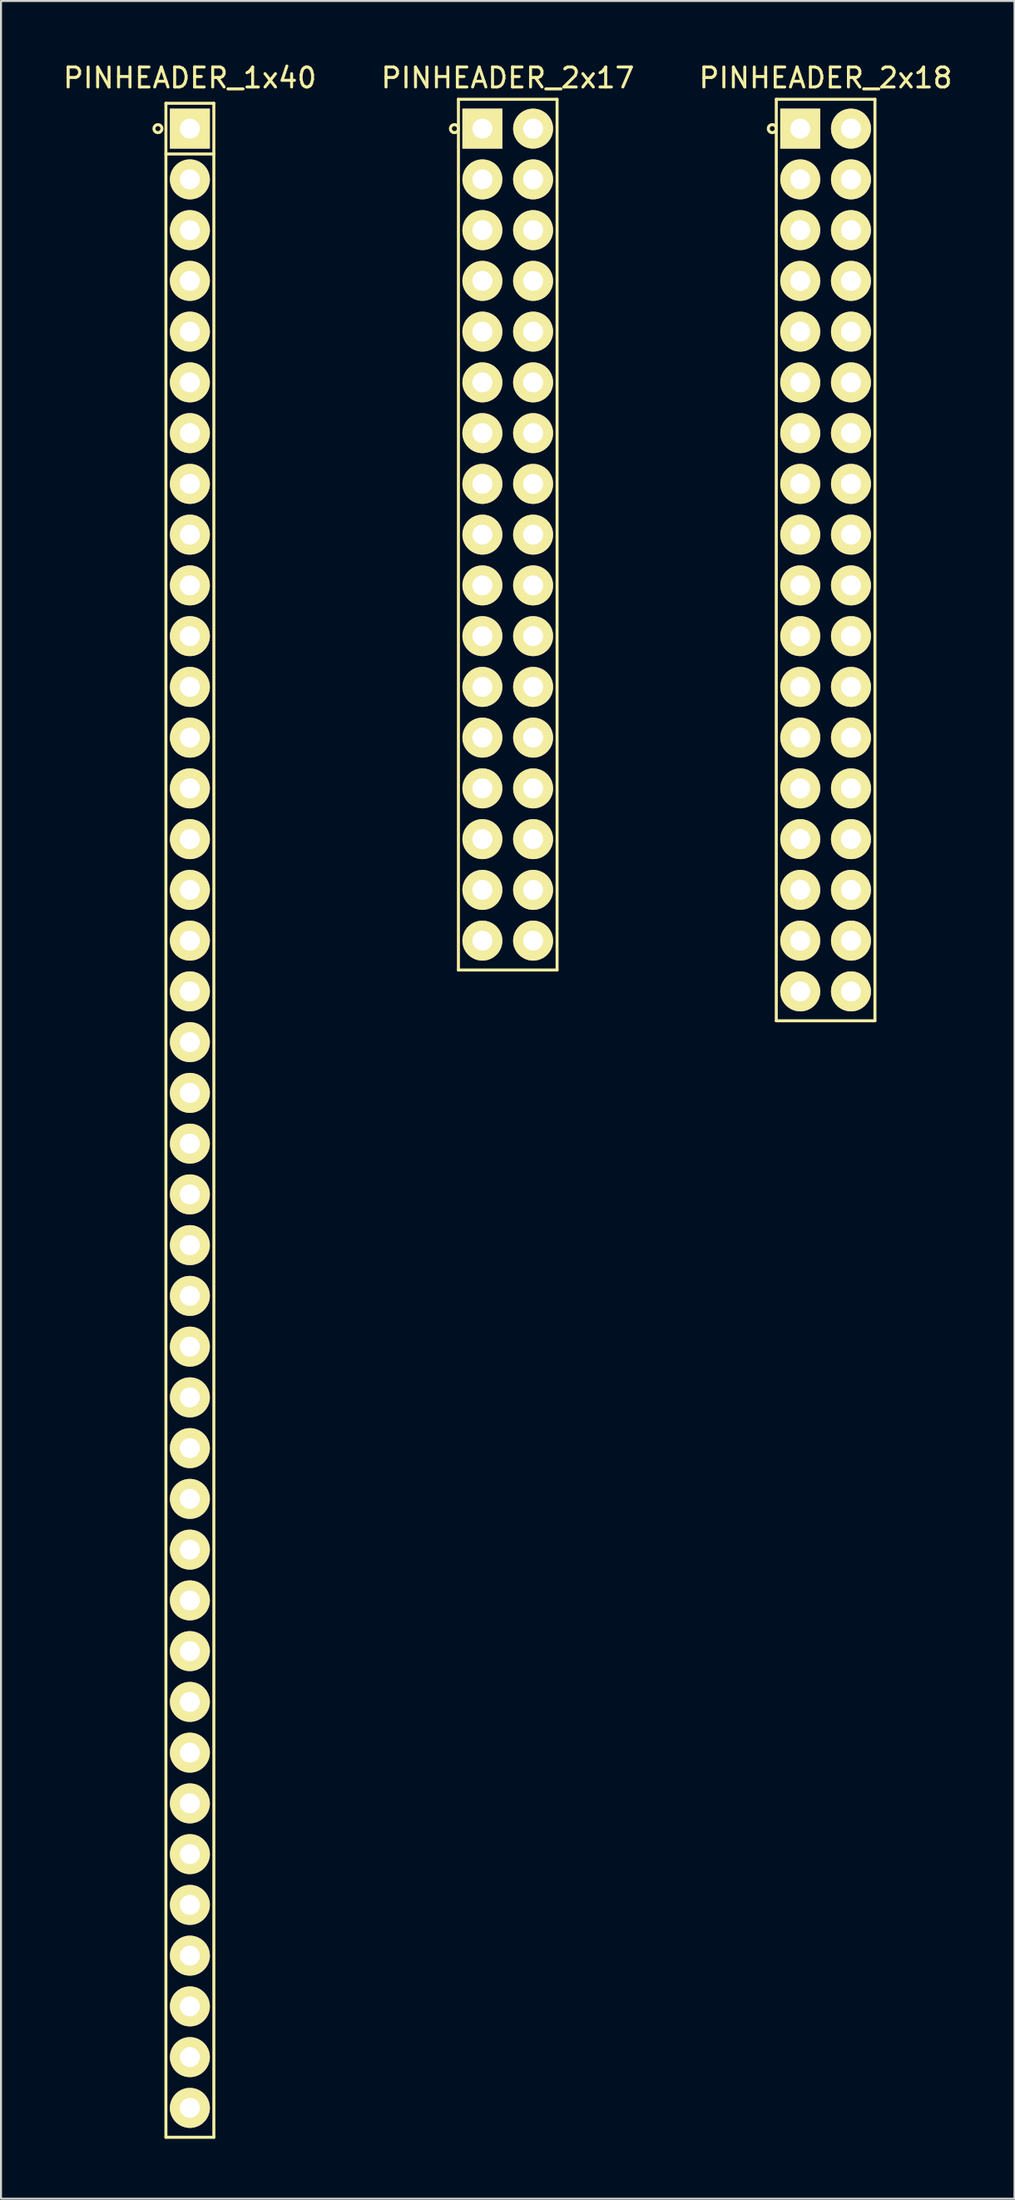
<source format=kicad_pcb>
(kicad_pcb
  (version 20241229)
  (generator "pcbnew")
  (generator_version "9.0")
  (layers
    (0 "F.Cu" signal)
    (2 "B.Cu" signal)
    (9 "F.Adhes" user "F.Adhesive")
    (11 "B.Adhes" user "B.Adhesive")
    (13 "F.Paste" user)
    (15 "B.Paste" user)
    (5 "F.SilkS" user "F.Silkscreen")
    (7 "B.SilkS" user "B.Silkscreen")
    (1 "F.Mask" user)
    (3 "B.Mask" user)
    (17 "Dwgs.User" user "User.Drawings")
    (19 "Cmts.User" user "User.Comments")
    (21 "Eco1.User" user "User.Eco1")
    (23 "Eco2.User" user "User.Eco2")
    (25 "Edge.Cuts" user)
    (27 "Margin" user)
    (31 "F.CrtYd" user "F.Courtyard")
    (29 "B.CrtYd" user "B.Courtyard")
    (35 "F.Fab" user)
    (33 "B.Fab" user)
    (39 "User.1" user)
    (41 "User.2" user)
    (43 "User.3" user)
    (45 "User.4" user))
  (footprint "PINHEADER_1x40"
    (layer "F.Cu")
    (at 6.458 3.388)
    (property "Reference" "PINHEADER_1x40" (at 0 -2.54 0) (layer "F.SilkS") (effects (font (size 1 1) (thickness 0.15))))
    (attr through_hole)
    (fp_line (start -1.2 -1.27) (end 1.2 -1.27) (stroke (width 0.15) (type solid)) (layer "F.SilkS"))
    (fp_line (start -1.2 1.27) (end 1.2 1.27) (stroke (width 0.15) (type solid)) (layer "F.SilkS"))
    (fp_line (start -1.2 100.53) (end -1.2 -1.27) (stroke (width 0.15) (type solid)) (layer "F.SilkS"))
    (fp_line (start 1.2 -1.27) (end 1.2 100.53) (stroke (width 0.15) (type solid)) (layer "F.SilkS"))
    (fp_line (start 1.2 100.53) (end -1.2 100.53) (stroke (width 0.15) (type solid)) (layer "F.SilkS"))
    (fp_circle (center -1.6 0) (end -1.6 0.2) (stroke (width 0.15) (type solid)) (fill no) (layer "F.SilkS"))
    (pad "1" thru_hole rect (at 0 0) (size 2 2) (drill 1) (layers "*.Cu" "*.Mask" "F.SilkS"))
    (pad "2" thru_hole circle (at 0 2.54) (size 2 2) (drill 1) (layers "*.Cu" "*.Mask" "F.SilkS"))
    (pad "3" thru_hole circle (at 0 5.08) (size 2 2) (drill 1) (layers "*.Cu" "*.Mask" "F.SilkS"))
    (pad "4" thru_hole circle (at 0 7.62) (size 2 2) (drill 1) (layers "*.Cu" "*.Mask" "F.SilkS"))
    (pad "5" thru_hole circle (at 0 10.16) (size 2 2) (drill 1) (layers "*.Cu" "*.Mask" "F.SilkS"))
    (pad "6" thru_hole circle (at 0 12.7) (size 2 2) (drill 1) (layers "*.Cu" "*.Mask" "F.SilkS"))
    (pad "7" thru_hole circle (at 0 15.24) (size 2 2) (drill 1) (layers "*.Cu" "*.Mask" "F.SilkS"))
    (pad "8" thru_hole circle (at 0 17.78) (size 2 2) (drill 1) (layers "*.Cu" "*.Mask" "F.SilkS"))
    (pad "9" thru_hole circle (at 0 20.32) (size 2 2) (drill 1) (layers "*.Cu" "*.Mask" "F.SilkS"))
    (pad "10" thru_hole circle (at 0 22.86) (size 2 2) (drill 1) (layers "*.Cu" "*.Mask" "F.SilkS"))
    (pad "11" thru_hole circle (at 0 25.4) (size 2 2) (drill 1) (layers "*.Cu" "*.Mask" "F.SilkS"))
    (pad "12" thru_hole circle (at 0 27.94) (size 2 2) (drill 1) (layers "*.Cu" "*.Mask" "F.SilkS"))
    (pad "13" thru_hole circle (at 0 30.48) (size 2 2) (drill 1) (layers "*.Cu" "*.Mask" "F.SilkS"))
    (pad "14" thru_hole circle (at 0 33.02) (size 2 2) (drill 1) (layers "*.Cu" "*.Mask" "F.SilkS"))
    (pad "15" thru_hole circle (at 0 35.56) (size 2 2) (drill 1) (layers "*.Cu" "*.Mask" "F.SilkS"))
    (pad "16" thru_hole circle (at 0 38.1) (size 2 2) (drill 1) (layers "*.Cu" "*.Mask" "F.SilkS"))
    (pad "17" thru_hole circle (at 0 40.64) (size 2 2) (drill 1) (layers "*.Cu" "*.Mask" "F.SilkS"))
    (pad "18" thru_hole circle (at 0 43.18) (size 2 2) (drill 1) (layers "*.Cu" "*.Mask" "F.SilkS"))
    (pad "19" thru_hole circle (at 0 45.72) (size 2 2) (drill 1) (layers "*.Cu" "*.Mask" "F.SilkS"))
    (pad "20" thru_hole circle (at 0 48.26) (size 2 2) (drill 1) (layers "*.Cu" "*.Mask" "F.SilkS"))
    (pad "21" thru_hole circle (at 0 50.8) (size 2 2) (drill 1) (layers "*.Cu" "*.Mask" "F.SilkS"))
    (pad "22" thru_hole circle (at 0 53.34) (size 2 2) (drill 1) (layers "*.Cu" "*.Mask" "F.SilkS"))
    (pad "23" thru_hole circle (at 0 55.88) (size 2 2) (drill 1) (layers "*.Cu" "*.Mask" "F.SilkS"))
    (pad "24" thru_hole circle (at 0 58.42) (size 2 2) (drill 1) (layers "*.Cu" "*.Mask" "F.SilkS"))
    (pad "25" thru_hole circle (at 0 60.96) (size 2 2) (drill 1) (layers "*.Cu" "*.Mask" "F.SilkS"))
    (pad "26" thru_hole circle (at 0 63.5) (size 2 2) (drill 1) (layers "*.Cu" "*.Mask" "F.SilkS"))
    (pad "27" thru_hole circle (at 0 66.04) (size 2 2) (drill 1) (layers "*.Cu" "*.Mask" "F.SilkS"))
    (pad "28" thru_hole circle (at 0 68.58) (size 2 2) (drill 1) (layers "*.Cu" "*.Mask" "F.SilkS"))
    (pad "29" thru_hole circle (at 0 71.12) (size 2 2) (drill 1) (layers "*.Cu" "*.Mask" "F.SilkS"))
    (pad "30" thru_hole circle (at 0 73.66) (size 2 2) (drill 1) (layers "*.Cu" "*.Mask" "F.SilkS"))
    (pad "31" thru_hole circle (at 0 76.2) (size 2 2) (drill 1) (layers "*.Cu" "*.Mask" "F.SilkS"))
    (pad "32" thru_hole circle (at 0 78.74) (size 2 2) (drill 1) (layers "*.Cu" "*.Mask" "F.SilkS"))
    (pad "33" thru_hole circle (at 0 81.28) (size 2 2) (drill 1) (layers "*.Cu" "*.Mask" "F.SilkS"))
    (pad "34" thru_hole circle (at 0 83.82) (size 2 2) (drill 1) (layers "*.Cu" "*.Mask" "F.SilkS"))
    (pad "35" thru_hole circle (at 0 86.36) (size 2 2) (drill 1) (layers "*.Cu" "*.Mask" "F.SilkS"))
    (pad "36" thru_hole circle (at 0 88.9) (size 2 2) (drill 1) (layers "*.Cu" "*.Mask" "F.SilkS"))
    (pad "37" thru_hole circle (at 0 91.44) (size 2 2) (drill 1) (layers "*.Cu" "*.Mask" "F.SilkS"))
    (pad "38" thru_hole circle (at 0 93.98) (size 2 2) (drill 1) (layers "*.Cu" "*.Mask" "F.SilkS"))
    (pad "39" thru_hole circle (at 0 96.52) (size 2 2) (drill 1) (layers "*.Cu" "*.Mask" "F.SilkS"))
    (pad "40" thru_hole circle (at 0 99.06) (size 2 2) (drill 1) (layers "*.Cu" "*.Mask" "F.SilkS")))
  (footprint "PINHEADER_2x18"
    (layer "F.Cu")
    (at 37.022 3.388)
    (property "Reference" "PINHEADER_2x18" (at 1.27 -2.54 0) (layer "F.SilkS") (effects (font (size 1 1) (thickness 0.15))))
    (attr through_hole)
    (fp_line (start -1.2 -1.47) (end 3.74 -1.47) (stroke (width 0.15) (type solid)) (layer "F.SilkS"))
    (fp_line (start -1.2 44.65) (end -1.2 -1.47) (stroke (width 0.15) (type solid)) (layer "F.SilkS"))
    (fp_line (start 3.74 -1.47) (end 3.74 44.65) (stroke (width 0.15) (type solid)) (layer "F.SilkS"))
    (fp_line (start 3.74 44.65) (end -1.2 44.65) (stroke (width 0.15) (type solid)) (layer "F.SilkS"))
    (fp_circle (center -1.4 0) (end -1.4 0.2) (stroke (width 0.15) (type solid)) (fill no) (layer "F.SilkS"))
    (pad "1" thru_hole rect (at 0 0) (size 2 2) (drill 1) (layers "*.Cu" "*.Mask" "F.SilkS"))
    (pad "2" thru_hole circle (at 0 2.54) (size 2 2) (drill 1) (layers "*.Cu" "*.Mask" "F.SilkS"))
    (pad "3" thru_hole circle (at 0 5.08) (size 2 2) (drill 1) (layers "*.Cu" "*.Mask" "F.SilkS"))
    (pad "4" thru_hole circle (at 0 7.62) (size 2 2) (drill 1) (layers "*.Cu" "*.Mask" "F.SilkS"))
    (pad "5" thru_hole circle (at 0 10.16) (size 2 2) (drill 1) (layers "*.Cu" "*.Mask" "F.SilkS"))
    (pad "6" thru_hole circle (at 0 12.7) (size 2 2) (drill 1) (layers "*.Cu" "*.Mask" "F.SilkS"))
    (pad "7" thru_hole circle (at 0 15.24) (size 2 2) (drill 1) (layers "*.Cu" "*.Mask" "F.SilkS"))
    (pad "8" thru_hole circle (at 0 17.78) (size 2 2) (drill 1) (layers "*.Cu" "*.Mask" "F.SilkS"))
    (pad "9" thru_hole circle (at 0 20.32) (size 2 2) (drill 1) (layers "*.Cu" "*.Mask" "F.SilkS"))
    (pad "10" thru_hole circle (at 0 22.86) (size 2 2) (drill 1) (layers "*.Cu" "*.Mask" "F.SilkS"))
    (pad "11" thru_hole circle (at 0 25.4) (size 2 2) (drill 1) (layers "*.Cu" "*.Mask" "F.SilkS"))
    (pad "12" thru_hole circle (at 0 27.94) (size 2 2) (drill 1) (layers "*.Cu" "*.Mask" "F.SilkS"))
    (pad "13" thru_hole circle (at 0 30.48) (size 2 2) (drill 1) (layers "*.Cu" "*.Mask" "F.SilkS"))
    (pad "14" thru_hole circle (at 0 33.02) (size 2 2) (drill 1) (layers "*.Cu" "*.Mask" "F.SilkS"))
    (pad "15" thru_hole circle (at 0 35.56) (size 2 2) (drill 1) (layers "*.Cu" "*.Mask" "F.SilkS"))
    (pad "16" thru_hole circle (at 0 38.1) (size 2 2) (drill 1) (layers "*.Cu" "*.Mask" "F.SilkS"))
    (pad "17" thru_hole circle (at 0 40.64) (size 2 2) (drill 1) (layers "*.Cu" "*.Mask" "F.SilkS"))
    (pad "18" thru_hole circle (at 0 43.18) (size 2 2) (drill 1) (layers "*.Cu" "*.Mask" "F.SilkS"))
    (pad "19" thru_hole circle (at 2.54 43.18) (size 2 2) (drill 1) (layers "*.Cu" "*.Mask" "F.SilkS"))
    (pad "20" thru_hole circle (at 2.54 40.64) (size 2 2) (drill 1) (layers "*.Cu" "*.Mask" "F.SilkS"))
    (pad "21" thru_hole circle (at 2.54 38.1) (size 2 2) (drill 1) (layers "*.Cu" "*.Mask" "F.SilkS"))
    (pad "22" thru_hole circle (at 2.54 35.56) (size 2 2) (drill 1) (layers "*.Cu" "*.Mask" "F.SilkS"))
    (pad "23" thru_hole circle (at 2.54 33.02) (size 2 2) (drill 1) (layers "*.Cu" "*.Mask" "F.SilkS"))
    (pad "24" thru_hole circle (at 2.54 30.48) (size 2 2) (drill 1) (layers "*.Cu" "*.Mask" "F.SilkS"))
    (pad "25" thru_hole circle (at 2.54 27.94) (size 2 2) (drill 1) (layers "*.Cu" "*.Mask" "F.SilkS"))
    (pad "26" thru_hole circle (at 2.54 25.4) (size 2 2) (drill 1) (layers "*.Cu" "*.Mask" "F.SilkS"))
    (pad "27" thru_hole circle (at 2.54 22.86) (size 2 2) (drill 1) (layers "*.Cu" "*.Mask" "F.SilkS"))
    (pad "28" thru_hole circle (at 2.54 20.32) (size 2 2) (drill 1) (layers "*.Cu" "*.Mask" "F.SilkS"))
    (pad "29" thru_hole circle (at 2.54 17.78) (size 2 2) (drill 1) (layers "*.Cu" "*.Mask" "F.SilkS"))
    (pad "30" thru_hole circle (at 2.54 15.24) (size 2 2) (drill 1) (layers "*.Cu" "*.Mask" "F.SilkS"))
    (pad "31" thru_hole circle (at 2.54 12.7) (size 2 2) (drill 1) (layers "*.Cu" "*.Mask" "F.SilkS"))
    (pad "32" thru_hole circle (at 2.54 10.16) (size 2 2) (drill 1) (layers "*.Cu" "*.Mask" "F.SilkS"))
    (pad "33" thru_hole circle (at 2.54 7.62) (size 2 2) (drill 1) (layers "*.Cu" "*.Mask" "F.SilkS"))
    (pad "34" thru_hole circle (at 2.54 5.08) (size 2 2) (drill 1) (layers "*.Cu" "*.Mask" "F.SilkS"))
    (pad "35" thru_hole circle (at 2.54 2.54) (size 2 2) (drill 1) (layers "*.Cu" "*.Mask" "F.SilkS"))
    (pad "36" thru_hole circle (at 2.54 0) (size 2 2) (drill 1) (layers "*.Cu" "*.Mask" "F.SilkS")))
  (footprint "PINHEADER_2x17"
    (layer "F.Cu")
    (at 21.105 3.388)
    (property "Reference" "PINHEADER_2x17" (at 1.27 -2.54 0) (layer "F.SilkS") (effects (font (size 1 1) (thickness 0.15))))
    (attr through_hole)
    (fp_line (start -1.2 -1.47) (end 3.74 -1.47) (stroke (width 0.15) (type solid)) (layer "F.SilkS"))
    (fp_line (start -1.2 42.11) (end -1.2 -1.47) (stroke (width 0.15) (type solid)) (layer "F.SilkS"))
    (fp_line (start 3.74 -1.47) (end 3.74 42.11) (stroke (width 0.15) (type solid)) (layer "F.SilkS"))
    (fp_line (start 3.74 42.11) (end -1.2 42.11) (stroke (width 0.15) (type solid)) (layer "F.SilkS"))
    (fp_circle (center -1.4 0) (end -1.4 0.2) (stroke (width 0.15) (type solid)) (fill no) (layer "F.SilkS"))
    (pad "1" thru_hole rect (at 0 0) (size 2 2) (drill 1) (layers "*.Cu" "*.Mask" "F.SilkS"))
    (pad "2" thru_hole circle (at 0 2.54) (size 2 2) (drill 1) (layers "*.Cu" "*.Mask" "F.SilkS"))
    (pad "3" thru_hole circle (at 0 5.08) (size 2 2) (drill 1) (layers "*.Cu" "*.Mask" "F.SilkS"))
    (pad "4" thru_hole circle (at 0 7.62) (size 2 2) (drill 1) (layers "*.Cu" "*.Mask" "F.SilkS"))
    (pad "5" thru_hole circle (at 0 10.16) (size 2 2) (drill 1) (layers "*.Cu" "*.Mask" "F.SilkS"))
    (pad "6" thru_hole circle (at 0 12.7) (size 2 2) (drill 1) (layers "*.Cu" "*.Mask" "F.SilkS"))
    (pad "7" thru_hole circle (at 0 15.24) (size 2 2) (drill 1) (layers "*.Cu" "*.Mask" "F.SilkS"))
    (pad "8" thru_hole circle (at 0 17.78) (size 2 2) (drill 1) (layers "*.Cu" "*.Mask" "F.SilkS"))
    (pad "9" thru_hole circle (at 0 20.32) (size 2 2) (drill 1) (layers "*.Cu" "*.Mask" "F.SilkS"))
    (pad "10" thru_hole circle (at 0 22.86) (size 2 2) (drill 1) (layers "*.Cu" "*.Mask" "F.SilkS"))
    (pad "11" thru_hole circle (at 0 25.4) (size 2 2) (drill 1) (layers "*.Cu" "*.Mask" "F.SilkS"))
    (pad "12" thru_hole circle (at 0 27.94) (size 2 2) (drill 1) (layers "*.Cu" "*.Mask" "F.SilkS"))
    (pad "13" thru_hole circle (at 0 30.48) (size 2 2) (drill 1) (layers "*.Cu" "*.Mask" "F.SilkS"))
    (pad "14" thru_hole circle (at 0 33.02) (size 2 2) (drill 1) (layers "*.Cu" "*.Mask" "F.SilkS"))
    (pad "15" thru_hole circle (at 0 35.56) (size 2 2) (drill 1) (layers "*.Cu" "*.Mask" "F.SilkS"))
    (pad "16" thru_hole circle (at 0 38.1) (size 2 2) (drill 1) (layers "*.Cu" "*.Mask" "F.SilkS"))
    (pad "17" thru_hole circle (at 0 40.64) (size 2 2) (drill 1) (layers "*.Cu" "*.Mask" "F.SilkS"))
    (pad "18" thru_hole circle (at 2.54 40.64) (size 2 2) (drill 1) (layers "*.Cu" "*.Mask" "F.SilkS"))
    (pad "19" thru_hole circle (at 2.54 38.1) (size 2 2) (drill 1) (layers "*.Cu" "*.Mask" "F.SilkS"))
    (pad "20" thru_hole circle (at 2.54 35.56) (size 2 2) (drill 1) (layers "*.Cu" "*.Mask" "F.SilkS"))
    (pad "21" thru_hole circle (at 2.54 33.02) (size 2 2) (drill 1) (layers "*.Cu" "*.Mask" "F.SilkS"))
    (pad "22" thru_hole circle (at 2.54 30.48) (size 2 2) (drill 1) (layers "*.Cu" "*.Mask" "F.SilkS"))
    (pad "23" thru_hole circle (at 2.54 27.94) (size 2 2) (drill 1) (layers "*.Cu" "*.Mask" "F.SilkS"))
    (pad "24" thru_hole circle (at 2.54 25.4) (size 2 2) (drill 1) (layers "*.Cu" "*.Mask" "F.SilkS"))
    (pad "25" thru_hole circle (at 2.54 22.86) (size 2 2) (drill 1) (layers "*.Cu" "*.Mask" "F.SilkS"))
    (pad "26" thru_hole circle (at 2.54 20.32) (size 2 2) (drill 1) (layers "*.Cu" "*.Mask" "F.SilkS"))
    (pad "27" thru_hole circle (at 2.54 17.78) (size 2 2) (drill 1) (layers "*.Cu" "*.Mask" "F.SilkS"))
    (pad "28" thru_hole circle (at 2.54 15.24) (size 2 2) (drill 1) (layers "*.Cu" "*.Mask" "F.SilkS"))
    (pad "29" thru_hole circle (at 2.54 12.7) (size 2 2) (drill 1) (layers "*.Cu" "*.Mask" "F.SilkS"))
    (pad "30" thru_hole circle (at 2.54 10.16) (size 2 2) (drill 1) (layers "*.Cu" "*.Mask" "F.SilkS"))
    (pad "31" thru_hole circle (at 2.54 7.62) (size 2 2) (drill 1) (layers "*.Cu" "*.Mask" "F.SilkS"))
    (pad "32" thru_hole circle (at 2.54 5.08) (size 2 2) (drill 1) (layers "*.Cu" "*.Mask" "F.SilkS"))
    (pad "33" thru_hole circle (at 2.54 2.54) (size 2 2) (drill 1) (layers "*.Cu" "*.Mask" "F.SilkS"))
    (pad "34" thru_hole circle (at 2.54 0) (size 2 2) (drill 1) (layers "*.Cu" "*.Mask" "F.SilkS")))
  (gr_rect
    (start -3 -3)
    (end 47.75 106.993)
    (stroke (width 0.1) (type default))
    (fill no)
    (layer "Edge.Cuts")))
</source>
